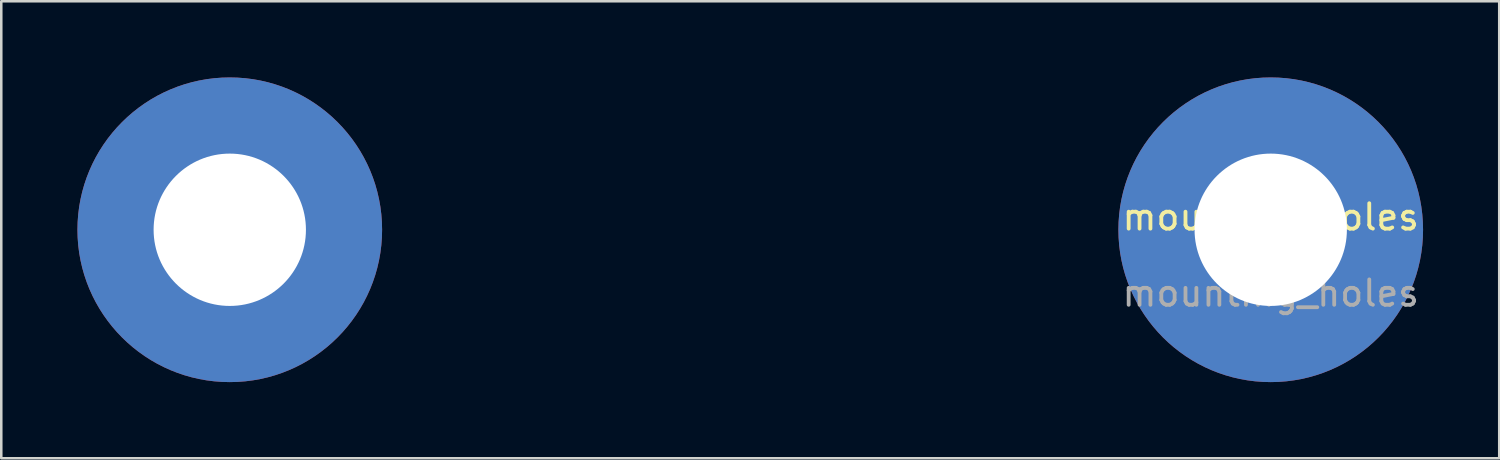
<source format=kicad_pcb>
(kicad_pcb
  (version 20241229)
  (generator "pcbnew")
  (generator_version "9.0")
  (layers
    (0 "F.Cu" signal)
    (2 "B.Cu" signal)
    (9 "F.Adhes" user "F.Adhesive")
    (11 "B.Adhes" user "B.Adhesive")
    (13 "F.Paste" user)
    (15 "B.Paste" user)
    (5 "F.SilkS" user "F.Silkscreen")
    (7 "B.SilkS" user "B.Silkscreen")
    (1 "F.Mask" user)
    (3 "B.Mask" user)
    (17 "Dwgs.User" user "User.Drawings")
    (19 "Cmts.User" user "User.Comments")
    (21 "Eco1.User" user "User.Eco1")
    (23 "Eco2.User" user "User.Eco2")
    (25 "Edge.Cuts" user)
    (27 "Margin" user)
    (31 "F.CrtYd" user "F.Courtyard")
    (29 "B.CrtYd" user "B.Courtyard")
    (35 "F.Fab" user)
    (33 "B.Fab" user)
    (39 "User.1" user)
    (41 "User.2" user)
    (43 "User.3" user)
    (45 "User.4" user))
  (footprint "mounting_holes"
    (layer "F.Cu")
    (at 47 6)
    (property "Reference" "mounting_holes" (at 0 -0.5 0) (unlocked yes) (layer "F.SilkS") (effects (font (size 1 1) (thickness 0.15))))
    (attr through_hole)
    (fp_text user "${REFERENCE}" (at 0 2.5 0) (unlocked yes) (layer "F.Fab") (effects (font (size 1 1) (thickness 0.15))))
    (pad "1" thru_hole circle (at -41 0) (size 12 12) (drill 6) (layers "*.Cu" "*.Mask"))
    (pad "2" thru_hole circle (at 0 0) (size 12 12) (drill 6) (layers "*.Cu" "*.Mask")))
  (gr_rect
    (start -3 -3)
    (end 56 15)
    (stroke (width 0.1) (type default))
    (fill no)
    (layer "Edge.Cuts")))
</source>
